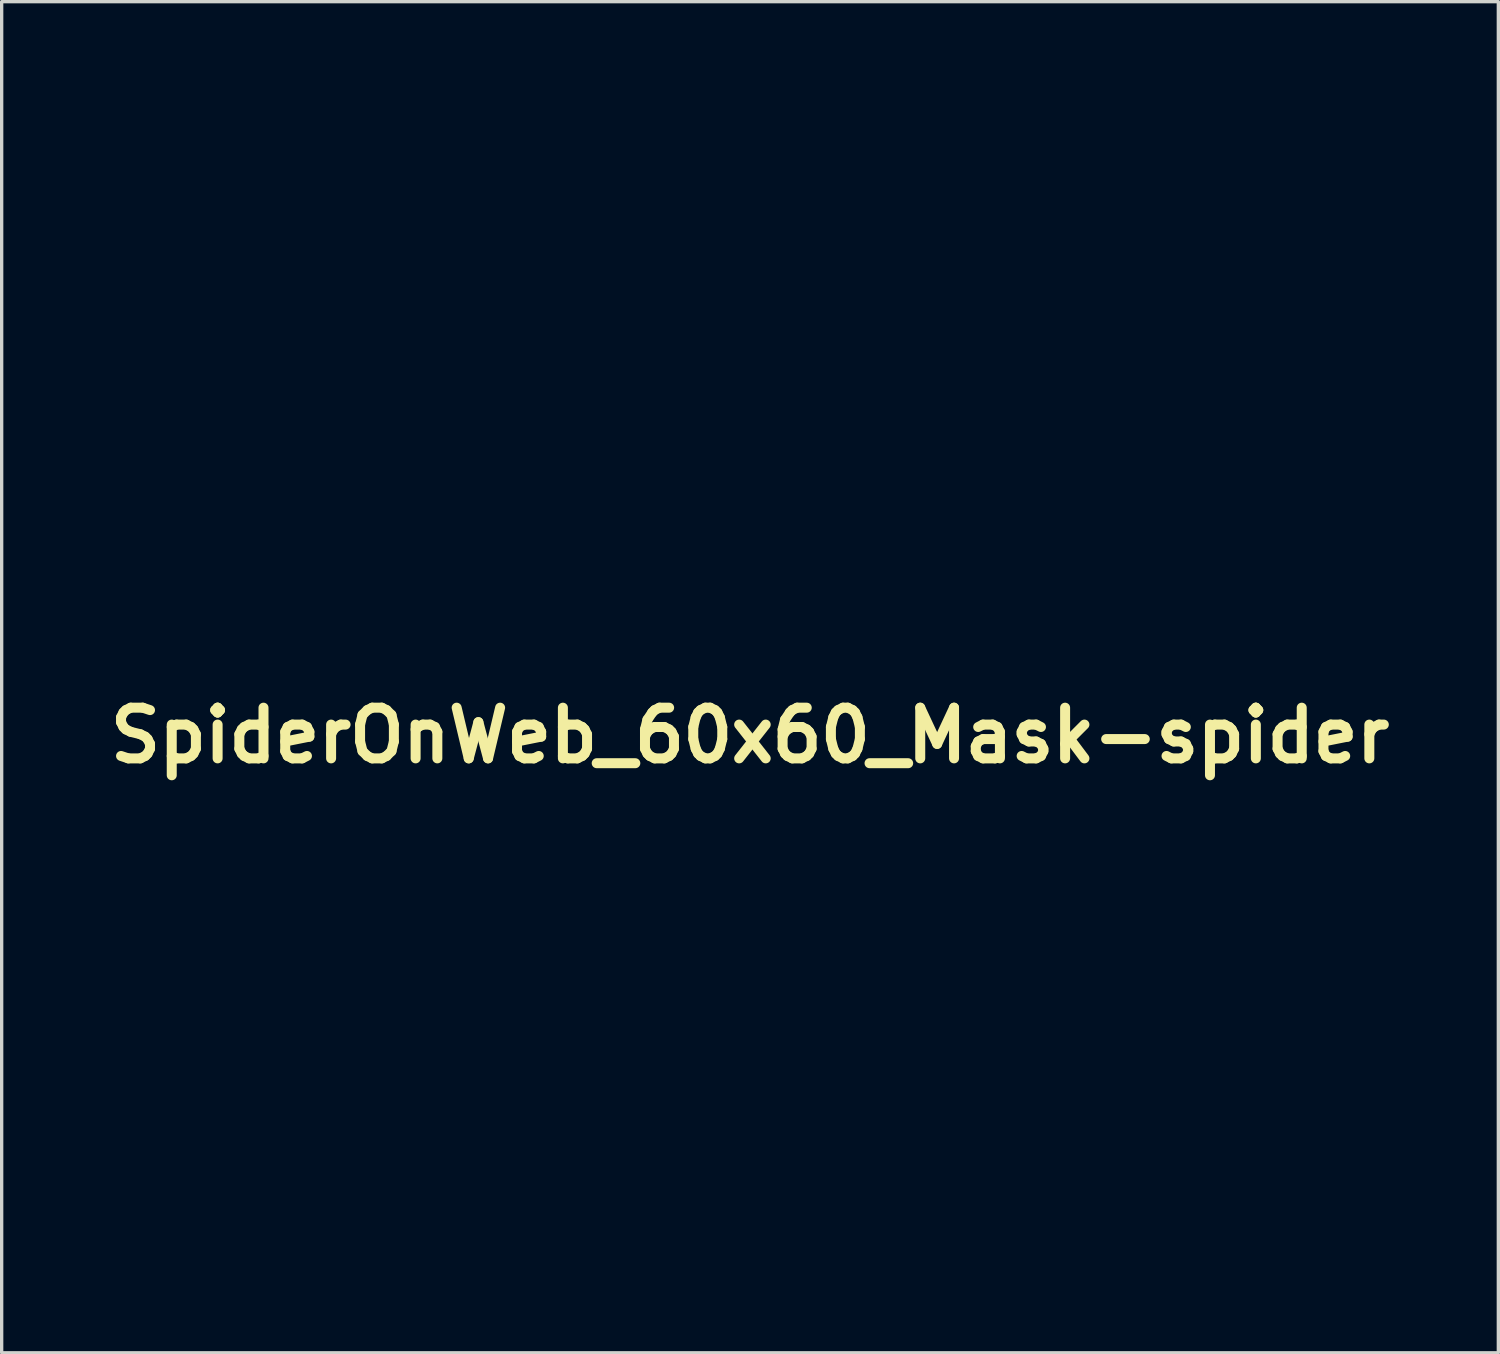
<source format=kicad_pcb>
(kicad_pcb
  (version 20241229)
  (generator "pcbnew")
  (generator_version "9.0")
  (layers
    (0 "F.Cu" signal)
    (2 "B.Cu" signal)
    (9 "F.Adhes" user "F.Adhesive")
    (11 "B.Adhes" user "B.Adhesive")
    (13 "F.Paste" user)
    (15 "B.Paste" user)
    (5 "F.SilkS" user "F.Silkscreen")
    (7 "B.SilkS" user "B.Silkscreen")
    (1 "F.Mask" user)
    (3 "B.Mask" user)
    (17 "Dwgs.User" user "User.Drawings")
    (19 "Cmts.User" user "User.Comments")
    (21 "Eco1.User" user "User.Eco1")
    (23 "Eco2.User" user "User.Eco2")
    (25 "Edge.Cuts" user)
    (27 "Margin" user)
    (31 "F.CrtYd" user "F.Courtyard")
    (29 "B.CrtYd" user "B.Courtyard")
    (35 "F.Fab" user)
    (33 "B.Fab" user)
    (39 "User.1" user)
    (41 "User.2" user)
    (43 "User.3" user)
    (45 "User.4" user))
  (footprint "SpiderOnWeb_60x60_Mask-spider"
    (layer "F.Cu")
    (at 19.493 19.055)
    (property "Reference" "SpiderOnWeb_60x60_Mask-spider" (at 0 0 0) (layer "F.SilkS") (effects (font (size 1.524 1.524) (thickness 0.3))))
    (attr through_hole)
    (fp_poly (pts (xy 0.51 -3.693) (xy 0.814 -3.663) (xy 0.957 -3.632) (xy 1.144 -3.522) (xy 1.249 -3.371) (xy 1.263 -3.221) (xy 1.177 -3.117) (xy 1.062 -3.094) (xy 0.928 -3.042) (xy 0.723 -2.906) (xy 0.506 -2.727) (xy 0.282 -2.541) (xy 0.093 -2.409) (xy -0.017 -2.361) (xy -0.141 -2.416) (xy -0.312 -2.555) (xy -0.371 -2.616) (xy -0.605 -2.815) (xy -0.887 -2.993) (xy -0.957 -3.027) (xy -1.21 -3.181) (xy -1.303 -3.334) (xy -1.237 -3.477) (xy -1.013 -3.599) (xy -0.855 -3.646) (xy -0.6 -3.684) (xy -0.251 -3.704) (xy 0.137 -3.707) (xy 0.51 -3.693)) (stroke (width 0.01) (type solid)) (fill yes) (layer "F.Mask"))
    (fp_poly (pts (xy -1.635 -5.419) (xy -1.493 -5.252) (xy -1.405 -5.072) (xy -1.264 -4.729) (xy -1.187 -4.508) (xy -1.171 -4.383) (xy -1.212 -4.327) (xy -1.3 -4.315) (xy -1.459 -4.366) (xy -1.517 -4.437) (xy -1.615 -4.549) (xy -1.733 -4.525) (xy -1.821 -4.376) (xy -1.864 -4.179) (xy -1.838 -4.092) (xy -1.727 -4.071) (xy -1.706 -4.071) (xy -1.621 -4.058) (xy -1.573 -3.997) (xy -1.555 -3.854) (xy -1.559 -3.594) (xy -1.564 -3.481) (xy -1.596 -3.12) (xy -1.662 -2.913) (xy -1.767 -2.854) (xy -1.916 -2.938) (xy -2.008 -3.03) (xy -2.207 -3.289) (xy -2.316 -3.559) (xy -2.358 -3.902) (xy -2.361 -4.056) (xy -2.332 -4.441) (xy -2.227 -4.782) (xy -2.133 -4.977) (xy -1.947 -5.283) (xy -1.783 -5.43) (xy -1.635 -5.419)) (stroke (width 0.01) (type solid)) (fill yes) (layer "F.Mask"))
    (fp_poly (pts (xy 1.779 -5.407) (xy 1.902 -5.289) (xy 2.139 -4.939) (xy 2.295 -4.5) (xy 2.358 -4.03) (xy 2.318 -3.59) (xy 2.274 -3.445) (xy 2.133 -3.181) (xy 1.946 -2.972) (xy 1.755 -2.858) (xy 1.695 -2.849) (xy 1.619 -2.868) (xy 1.574 -2.945) (xy 1.553 -3.115) (xy 1.547 -3.41) (xy 1.547 -3.46) (xy 1.551 -3.772) (xy 1.568 -3.955) (xy 1.608 -4.043) (xy 1.68 -4.07) (xy 1.71 -4.071) (xy 1.83 -4.086) (xy 1.865 -4.163) (xy 1.829 -4.344) (xy 1.821 -4.376) (xy 1.736 -4.533) (xy 1.616 -4.532) (xy 1.506 -4.424) (xy 1.363 -4.331) (xy 1.273 -4.34) (xy 1.202 -4.383) (xy 1.186 -4.464) (xy 1.23 -4.625) (xy 1.3 -4.816) (xy 1.413 -5.078) (xy 1.527 -5.288) (xy 1.586 -5.366) (xy 1.684 -5.437) (xy 1.779 -5.407)) (stroke (width 0.01) (type solid)) (fill yes) (layer "F.Mask"))
    (fp_poly (pts (xy -0.757 -2.747) (xy -0.433 -2.499) (xy -0.421 -2.488) (xy -0.212 -2.3) (xy -0.05 -2.166) (xy 0.03 -2.117) (xy 0.11 -2.171) (xy 0.266 -2.313) (xy 0.441 -2.489) (xy 0.655 -2.698) (xy 0.816 -2.806) (xy 0.97 -2.839) (xy 1.068 -2.835) (xy 1.264 -2.786) (xy 1.411 -2.658) (xy 1.523 -2.483) (xy 1.663 -2.098) (xy 1.71 -1.648) (xy 1.662 -1.204) (xy 1.569 -0.932) (xy 1.459 -0.741) (xy 1.348 -0.67) (xy 1.223 -0.677) (xy 1.033 -0.713) (xy 0.752 -0.767) (xy 0.509 -0.814) (xy 0.116 -0.869) (xy -0.239 -0.858) (xy -0.509 -0.814) (xy -0.818 -0.755) (xy -1.094 -0.702) (xy -1.242 -0.674) (xy -1.394 -0.666) (xy -1.493 -0.739) (xy -1.589 -0.928) (xy -1.596 -0.944) (xy -1.68 -1.271) (xy -1.705 -1.661) (xy -1.674 -2.056) (xy -1.591 -2.397) (xy -1.496 -2.582) (xy -1.278 -2.788) (xy -1.035 -2.843) (xy -0.757 -2.747)) (stroke (width 0.01) (type solid)) (fill yes) (layer "F.Mask"))
    (fp_poly (pts (xy 2.795 -1.522) (xy 3.1 -1.433) (xy 3.503 -1.292) (xy 4.021 -1.095) (xy 4.671 -0.839) (xy 4.731 -0.815) (xy 5.502 -0.51) (xy 6.144 -0.256) (xy 6.681 -0.044) (xy 7.135 0.135) (xy 7.529 0.288) (xy 7.885 0.427) (xy 8.228 0.558) (xy 8.578 0.692) (xy 8.96 0.837) (xy 9.118 0.897) (xy 9.605 1.081) (xy 10.125 1.28) (xy 10.617 1.47) (xy 11.02 1.626) (xy 11.031 1.63) (xy 11.39 1.77) (xy 11.853 1.951) (xy 12.375 2.154) (xy 12.909 2.362) (xy 13.229 2.486) (xy 14.132 2.839) (xy 14.884 3.137) (xy 15.489 3.381) (xy 15.95 3.573) (xy 16.269 3.714) (xy 16.449 3.805) (xy 16.493 3.838) (xy 16.467 3.893) (xy 16.317 3.906) (xy 16.076 3.882) (xy 15.776 3.824) (xy 15.468 3.739) (xy 15.168 3.65) (xy 14.843 3.563) (xy 14.464 3.475) (xy 14.006 3.377) (xy 13.441 3.265) (xy 12.743 3.131) (xy 12.741 3.131) (xy 12.033 2.989) (xy 11.392 2.841) (xy 10.831 2.694) (xy 10.367 2.551) (xy 10.014 2.417) (xy 9.788 2.298) (xy 9.705 2.198) (xy 9.707 2.179) (xy 9.804 2.1) (xy 9.991 2.051) (xy 9.999 2.05) (xy 10.19 1.994) (xy 10.246 1.891) (xy 10.181 1.764) (xy 10.01 1.634) (xy 9.746 1.524) (xy 9.659 1.501) (xy 9.471 1.486) (xy 9.313 1.574) (xy 9.228 1.659) (xy 9.028 1.875) (xy 8.442 1.562) (xy 7.761 1.215) (xy 6.972 0.842) (xy 6.124 0.463) (xy 5.264 0.101) (xy 4.6 -0.163) (xy 3.991 -0.395) (xy 3.531 -0.564) (xy 3.217 -0.667) (xy 3.047 -0.704) (xy 3.018 -0.672) (xy 3.129 -0.569) (xy 3.376 -0.394) (xy 3.757 -0.144) (xy 4.214 0.147) (xy 4.698 0.454) (xy 5.228 0.793) (xy 5.784 1.15) (xy 6.345 1.511) (xy 6.889 1.863) (xy 7.396 2.193) (xy 7.845 2.487) (xy 8.215 2.731) (xy 8.486 2.912) (xy 8.615 3.001) (xy 8.884 3.194) (xy 8.716 3.373) (xy 8.595 3.534) (xy 8.548 3.656) (xy 8.613 3.844) (xy 8.777 4.06) (xy 9 4.255) (xy 9.156 4.349) (xy 9.407 4.435) (xy 9.591 4.414) (xy 9.722 4.271) (xy 9.81 3.994) (xy 9.867 3.568) (xy 9.87 3.542) (xy 9.93 3.343) (xy 10.027 3.273) (xy 10.118 3.333) (xy 10.187 3.548) (xy 10.232 3.911) (xy 10.252 4.417) (xy 10.248 5.058) (xy 10.234 5.492) (xy 10.108 6.88) (xy 9.839 8.294) (xy 9.425 9.74) (xy 8.864 11.222) (xy 8.154 12.748) (xy 7.294 14.324) (xy 7.183 14.511) (xy 6.905 14.967) (xy 6.691 15.286) (xy 6.534 15.476) (xy 6.429 15.548) (xy 6.418 15.549) (xy 6.293 15.511) (xy 6.269 15.465) (xy 6.302 15.37) (xy 6.398 15.151) (xy 6.544 14.827) (xy 6.732 14.421) (xy 6.953 13.953) (xy 7.115 13.613) (xy 7.511 12.777) (xy 7.84 12.057) (xy 8.112 11.426) (xy 8.34 10.857) (xy 8.532 10.322) (xy 8.699 9.794) (xy 8.853 9.246) (xy 8.968 8.792) (xy 9.015 8.503) (xy 9.051 8.093) (xy 9.072 7.604) (xy 9.076 7.246) (xy 9.071 6.753) (xy 9.053 6.377) (xy 9.018 6.074) (xy 8.959 5.796) (xy 8.885 5.537) (xy 8.747 5.121) (xy 8.611 4.792) (xy 8.45 4.51) (xy 8.24 4.235) (xy 7.954 3.928) (xy 7.641 3.62) (xy 7.27 3.283) (xy 6.798 2.884) (xy 6.251 2.444) (xy 5.659 1.985) (xy 5.049 1.528) (xy 4.449 1.094) (xy 3.889 0.704) (xy 3.396 0.379) (xy 3.006 0.145) (xy 2.535 -0.157) (xy 2.222 -0.453) (xy 2.063 -0.752) (xy 2.053 -1.06) (xy 2.138 -1.296) (xy 2.211 -1.42) (xy 2.296 -1.508) (xy 2.41 -1.557) (xy 2.571 -1.563) (xy 2.795 -1.522)) (stroke (width 0.01) (type solid)) (fill yes) (layer "F.Mask"))
    (fp_poly (pts (xy 4.662 -18.994) (xy 4.812 -18.871) (xy 4.983 -18.71) (xy 5.551 -18.093) (xy 6.108 -17.368) (xy 6.662 -16.524) (xy 7.221 -15.549) (xy 7.79 -14.432) (xy 8.175 -13.61) (xy 8.678 -12.421) (xy 9.06 -11.319) (xy 9.325 -10.287) (xy 9.478 -9.308) (xy 9.524 -8.413) (xy 9.512 -7.946) (xy 9.482 -7.602) (xy 9.437 -7.386) (xy 9.38 -7.307) (xy 9.315 -7.373) (xy 9.246 -7.589) (xy 9.21 -7.76) (xy 9.118 -8.102) (xy 8.987 -8.303) (xy 8.804 -8.382) (xy 8.748 -8.385) (xy 8.526 -8.319) (xy 8.286 -8.147) (xy 8.078 -7.913) (xy 7.979 -7.737) (xy 7.92 -7.509) (xy 7.941 -7.345) (xy 8.034 -7.282) (xy 8.089 -7.293) (xy 8.227 -7.278) (xy 8.269 -7.236) (xy 8.25 -7.116) (xy 8.097 -6.932) (xy 8.013 -6.855) (xy 7.746 -6.627) (xy 7.398 -6.336) (xy 7.004 -6.012) (xy 6.599 -5.682) (xy 6.217 -5.375) (xy 5.895 -5.121) (xy 5.693 -4.966) (xy 5.406 -4.747) (xy 5.066 -4.481) (xy 4.696 -4.185) (xy 4.316 -3.877) (xy 3.947 -3.574) (xy 3.613 -3.295) (xy 3.333 -3.056) (xy 3.129 -2.876) (xy 3.023 -2.773) (xy 3.012 -2.756) (xy 3.079 -2.739) (xy 3.268 -2.797) (xy 3.563 -2.921) (xy 3.945 -3.101) (xy 4.398 -3.329) (xy 4.905 -3.596) (xy 5.448 -3.892) (xy 6.011 -4.208) (xy 6.576 -4.536) (xy 7.126 -4.867) (xy 7.643 -5.19) (xy 7.758 -5.264) (xy 8.077 -5.467) (xy 8.347 -5.632) (xy 8.539 -5.743) (xy 8.621 -5.78) (xy 8.718 -5.726) (xy 8.833 -5.617) (xy 8.998 -5.487) (xy 9.18 -5.473) (xy 9.416 -5.577) (xy 9.547 -5.661) (xy 9.769 -5.844) (xy 9.846 -5.985) (xy 9.776 -6.075) (xy 9.571 -6.106) (xy 9.342 -6.132) (xy 9.237 -6.203) (xy 9.274 -6.303) (xy 9.302 -6.327) (xy 9.499 -6.442) (xy 9.828 -6.592) (xy 10.266 -6.77) (xy 10.789 -6.967) (xy 11.371 -7.174) (xy 11.99 -7.384) (xy 12.62 -7.587) (xy 13.239 -7.774) (xy 13.821 -7.939) (xy 14.002 -7.987) (xy 14.386 -8.086) (xy 14.723 -8.174) (xy 14.976 -8.241) (xy 15.102 -8.275) (xy 15.222 -8.295) (xy 15.196 -8.246) (xy 15.025 -8.127) (xy 14.708 -7.939) (xy 14.244 -7.681) (xy 13.633 -7.354) (xy 13.229 -7.141) (xy 12.596 -6.809) (xy 12.08 -6.538) (xy 11.651 -6.315) (xy 11.282 -6.123) (xy 10.945 -5.951) (xy 10.611 -5.782) (xy 10.253 -5.602) (xy 9.843 -5.398) (xy 9.351 -5.154) (xy 8.996 -4.978) (xy 8.488 -4.723) (xy 7.873 -4.411) (xy 7.189 -4.059) (xy 6.473 -3.689) (xy 5.762 -3.317) (xy 5.093 -2.964) (xy 5.048 -2.94) (xy 4.478 -2.641) (xy 3.948 -2.367) (xy 3.477 -2.13) (xy 3.082 -1.937) (xy 2.784 -1.797) (xy 2.6 -1.721) (xy 2.554 -1.71) (xy 2.359 -1.762) (xy 2.216 -1.852) (xy 2.075 -2.04) (xy 1.951 -2.308) (xy 1.879 -2.573) (xy 1.872 -2.652) (xy 1.936 -2.752) (xy 2.12 -2.939) (xy 2.412 -3.204) (xy 2.803 -3.537) (xy 3.28 -3.928) (xy 3.833 -4.368) (xy 4.233 -4.681) (xy 4.679 -5.042) (xy 5.156 -5.456) (xy 5.639 -5.898) (xy 6.104 -6.345) (xy 6.527 -6.773) (xy 6.881 -7.158) (xy 7.144 -7.475) (xy 7.222 -7.584) (xy 7.471 -7.999) (xy 7.715 -8.476) (xy 7.923 -8.952) (xy 8.066 -9.361) (xy 8.067 -9.362) (xy 8.113 -9.612) (xy 8.149 -9.962) (xy 8.167 -10.353) (xy 8.169 -10.502) (xy 8.13 -11.183) (xy 8.008 -11.9) (xy 7.801 -12.664) (xy 7.502 -13.488) (xy 7.108 -14.383) (xy 6.613 -15.364) (xy 6.012 -16.441) (xy 5.568 -17.189) (xy 5.307 -17.629) (xy 5.069 -18.046) (xy 4.866 -18.417) (xy 4.711 -18.72) (xy 4.615 -18.93) (xy 4.59 -19.026) (xy 4.592 -19.028) (xy 4.662 -18.994)) (stroke (width 0.01) (type solid)) (fill yes) (layer "F.Mask"))
    (fp_poly (pts (xy -2.533 -1.56) (xy -2.455 -1.539) (xy -2.23 -1.379) (xy -2.085 -1.099) (xy -2.037 -0.741) (xy -2.048 -0.587) (xy -2.096 -0.463) (xy -2.208 -0.343) (xy -2.409 -0.198) (xy -2.725 -0.000351) (xy -2.727 0.001) (xy -3.791 0.664) (xy -4.722 1.275) (xy -5.537 1.848) (xy -6.252 2.394) (xy -6.885 2.927) (xy -7.452 3.457) (xy -7.531 3.536) (xy -8.014 4.036) (xy -8.385 4.464) (xy -8.66 4.856) (xy -8.852 5.244) (xy -8.975 5.662) (xy -9.044 6.142) (xy -9.073 6.719) (xy -9.077 7.164) (xy -9.07 7.633) (xy -9.047 8.069) (xy -9.004 8.489) (xy -8.934 8.911) (xy -8.832 9.351) (xy -8.693 9.828) (xy -8.513 10.357) (xy -8.285 10.956) (xy -8.005 11.643) (xy -7.667 12.434) (xy -7.267 13.346) (xy -7.053 13.828) (xy -6.844 14.3) (xy -6.66 14.721) (xy -6.51 15.071) (xy -6.405 15.325) (xy -6.354 15.462) (xy -6.35 15.477) (xy -6.401 15.55) (xy -6.526 15.523) (xy -6.687 15.41) (xy -6.771 15.322) (xy -6.884 15.155) (xy -7.053 14.865) (xy -7.265 14.477) (xy -7.507 14.013) (xy -7.769 13.499) (xy -8.037 12.96) (xy -8.299 12.419) (xy -8.544 11.902) (xy -8.758 11.433) (xy -8.93 11.035) (xy -8.981 10.909) (xy -9.376 9.857) (xy -9.686 8.9) (xy -9.918 8.001) (xy -10.082 7.124) (xy -10.185 6.23) (xy -10.232 5.408) (xy -10.25 4.688) (xy -10.248 4.122) (xy -10.224 3.704) (xy -10.18 3.427) (xy -10.113 3.282) (xy -10.058 3.256) (xy -9.935 3.327) (xy -9.867 3.542) (xy -9.851 3.824) (xy -9.803 4.132) (xy -9.675 4.348) (xy -9.487 4.446) (xy -9.36 4.438) (xy -9.155 4.362) (xy -8.968 4.226) (xy -8.752 3.996) (xy -8.693 3.926) (xy -8.542 3.685) (xy -8.539 3.511) (xy -8.683 3.404) (xy -8.717 3.394) (xy -8.852 3.309) (xy -8.845 3.18) (xy -8.7 3.032) (xy -8.649 3) (xy -8.516 2.916) (xy -8.271 2.759) (xy -7.936 2.543) (xy -7.534 2.283) (xy -7.091 1.995) (xy -6.92 1.884) (xy -6.383 1.534) (xy -5.801 1.157) (xy -5.22 0.781) (xy -4.685 0.436) (xy -4.253 0.157) (xy -3.761 -0.161) (xy -3.402 -0.403) (xy -3.167 -0.572) (xy -3.05 -0.675) (xy -3.044 -0.718) (xy -3.141 -0.706) (xy -3.185 -0.694) (xy -3.446 -0.606) (xy -3.828 -0.464) (xy -4.302 -0.277) (xy -4.84 -0.059) (xy -5.415 0.179) (xy -5.999 0.426) (xy -6.563 0.669) (xy -7.079 0.898) (xy -7.52 1.1) (xy -7.715 1.194) (xy -8.225 1.437) (xy -8.61 1.606) (xy -8.891 1.706) (xy -9.085 1.74) (xy -9.212 1.714) (xy -9.29 1.632) (xy -9.311 1.584) (xy -9.427 1.482) (xy -9.632 1.484) (xy -9.896 1.587) (xy -10.035 1.672) (xy -10.257 1.846) (xy -10.327 1.963) (xy -10.245 2.025) (xy -10.115 2.037) (xy -9.889 2.066) (xy -9.74 2.138) (xy -9.703 2.231) (xy -9.729 2.27) (xy -9.84 2.326) (xy -10.077 2.413) (xy -10.408 2.521) (xy -10.801 2.642) (xy -11.224 2.764) (xy -11.645 2.879) (xy -12.033 2.976) (xy -12.049 2.98) (xy -12.522 3.087) (xy -13.046 3.201) (xy -13.597 3.316) (xy -14.153 3.428) (xy -14.689 3.533) (xy -15.183 3.626) (xy -15.612 3.702) (xy -15.95 3.757) (xy -16.176 3.787) (xy -16.266 3.788) (xy -16.215 3.735) (xy -16.011 3.627) (xy -15.654 3.466) (xy -15.143 3.249) (xy -14.48 2.979) (xy -13.664 2.654) (xy -12.696 2.275) (xy -11.575 1.843) (xy -10.302 1.356) (xy -10.054 1.261) (xy -8.862 0.806) (xy -7.703 0.36) (xy -6.606 -0.067) (xy -5.594 -0.463) (xy -4.694 -0.82) (xy -4.22 -1.011) (xy -3.695 -1.221) (xy -3.297 -1.375) (xy -3.005 -1.479) (xy -2.795 -1.54) (xy -2.645 -1.565) (xy -2.533 -1.56)) (stroke (width 0.01) (type solid)) (fill yes) (layer "F.Mask"))
    (fp_poly (pts (xy 0.473 -0.589) (xy 1.148 -0.406) (xy 1.791 -0.105) (xy 2.37 0.292) (xy 2.853 0.764) (xy 3.209 1.289) (xy 3.218 1.307) (xy 3.312 1.5) (xy 3.373 1.665) (xy 3.406 1.842) (xy 3.417 2.071) (xy 3.41 2.392) (xy 3.396 2.725) (xy 3.345 3.393) (xy 3.258 3.997) (xy 3.179 4.355) (xy 2.983 4.962) (xy 2.725 5.575) (xy 2.421 6.169) (xy 2.087 6.717) (xy 1.738 7.196) (xy 1.393 7.578) (xy 1.065 7.838) (xy 0.948 7.9) (xy 0.453 8.051) (xy -0.071 8.097) (xy -0.556 8.033) (xy -0.57 8.029) (xy -0.905 7.92) (xy -1.156 7.793) (xy -1.38 7.612) (xy -1.637 7.337) (xy -1.646 7.327) (xy -2.222 6.552) (xy -2.699 5.673) (xy -3.065 4.721) (xy -3.307 3.728) (xy -3.415 2.727) (xy -3.419 2.503) (xy -2.15 2.503) (xy -2.127 2.583) (xy -2.023 2.746) (xy -1.92 2.88) (xy -1.62 3.318) (xy -1.319 3.884) (xy -1.036 4.545) (xy -0.952 4.773) (xy -0.776 5.237) (xy -0.59 5.686) (xy -0.406 6.094) (xy -0.235 6.436) (xy -0.091 6.687) (xy 0.015 6.822) (xy 0.048 6.838) (xy 0.1 6.77) (xy 0.197 6.591) (xy 0.317 6.338) (xy 0.321 6.33) (xy 0.448 6.03) (xy 0.604 5.637) (xy 0.764 5.212) (xy 0.853 4.966) (xy 1.142 4.221) (xy 1.44 3.608) (xy 1.762 3.095) (xy 1.936 2.868) (xy 2.087 2.672) (xy 2.176 2.531) (xy 2.188 2.487) (xy 2.097 2.483) (xy 1.9 2.511) (xy 1.765 2.537) (xy 1.401 2.59) (xy 1.153 2.558) (xy 0.99 2.428) (xy 0.883 2.19) (xy 0.827 1.923) (xy 0.85 1.686) (xy 0.901 1.52) (xy 1.055 1.229) (xy 1.258 1.091) (xy 1.505 1.109) (xy 1.7 1.214) (xy 1.954 1.395) (xy 1.954 1.216) (xy 1.891 1.03) (xy 1.727 0.828) (xy 1.498 0.635) (xy 1.243 0.475) (xy 0.997 0.373) (xy 0.798 0.353) (xy 0.713 0.394) (xy 0.632 0.559) (xy 0.568 0.862) (xy 0.521 1.281) (xy 0.497 1.792) (xy 0.494 1.995) (xy 0.497 2.444) (xy 0.514 2.753) (xy 0.554 2.945) (xy 0.625 3.044) (xy 0.736 3.071) (xy 0.867 3.056) (xy 1.093 3.049) (xy 1.187 3.138) (xy 1.149 3.323) (xy 1.023 3.541) (xy 0.874 3.81) (xy 0.739 4.133) (xy 0.696 4.263) (xy 0.611 4.559) (xy 0.505 4.93) (xy 0.402 5.292) (xy 0.271 5.712) (xy 0.156 5.978) (xy 0.049 6.094) (xy -0.059 6.068) (xy -0.174 5.904) (xy -0.243 5.76) (xy -0.335 5.515) (xy -0.444 5.175) (xy -0.548 4.806) (xy -0.57 4.722) (xy -0.683 4.335) (xy -0.823 3.946) (xy -0.961 3.629) (xy -0.983 3.588) (xy -1.109 3.345) (xy -1.195 3.157) (xy -1.221 3.078) (xy -1.149 3.04) (xy -0.967 3.028) (xy -0.875 3.031) (xy -0.529 3.053) (xy -0.502 2.687) (xy -0.496 2.445) (xy -0.501 2.097) (xy -0.517 1.7) (xy -0.531 1.477) (xy -0.583 0.97) (xy -0.668 0.617) (xy -0.794 0.411) (xy -0.968 0.345) (xy -1.199 0.414) (xy -1.495 0.609) (xy -1.533 0.639) (xy -1.748 0.84) (xy -1.917 1.051) (xy -2.013 1.235) (xy -2.012 1.352) (xy -2.008 1.357) (xy -1.908 1.356) (xy -1.72 1.287) (xy -1.583 1.219) (xy -1.339 1.102) (xy -1.179 1.073) (xy -1.078 1.108) (xy -0.974 1.259) (xy -0.914 1.531) (xy -0.901 1.888) (xy -0.935 2.259) (xy -0.978 2.476) (xy -1.045 2.576) (xy -1.177 2.603) (xy -1.246 2.603) (xy -1.511 2.582) (xy -1.795 2.534) (xy -1.807 2.531) (xy -2.012 2.496) (xy -2.138 2.497) (xy -2.15 2.503) (xy -3.419 2.503) (xy -3.419 2.486) (xy -3.395 1.942) (xy -3.307 1.508) (xy -3.137 1.133) (xy -2.865 0.768) (xy -2.6 0.491) (xy -2.047 0.044) (xy -1.426 -0.299) (xy -0.768 -0.525) (xy -0.108 -0.623) (xy 0.473 -0.589)) (stroke (width 0.01) (type solid)) (fill yes) (layer "F.Mask"))
    (fp_poly (pts (xy -4.606 -19.015) (xy -4.638 -18.902) (xy -4.73 -18.702) (xy -4.887 -18.403) (xy -5.114 -17.996) (xy -5.417 -17.469) (xy -5.72 -16.951) (xy -6.239 -16.056) (xy -6.675 -15.273) (xy -7.037 -14.584) (xy -7.333 -13.965) (xy -7.573 -13.395) (xy -7.765 -12.855) (xy -7.918 -12.323) (xy -8.042 -11.776) (xy -8.144 -11.196) (xy -8.149 -11.167) (xy -8.207 -10.365) (xy -8.12 -9.597) (xy -7.883 -8.831) (xy -7.749 -8.525) (xy -7.528 -8.094) (xy -7.274 -7.681) (xy -6.975 -7.269) (xy -6.617 -6.847) (xy -6.187 -6.4) (xy -5.673 -5.915) (xy -5.06 -5.377) (xy -4.337 -4.773) (xy -3.656 -4.223) (xy -3.214 -3.868) (xy -2.811 -3.54) (xy -2.465 -3.255) (xy -2.195 -3.029) (xy -2.019 -2.876) (xy -1.962 -2.82) (xy -1.897 -2.625) (xy -1.931 -2.371) (xy -2.042 -2.107) (xy -2.205 -1.879) (xy -2.397 -1.735) (xy -2.513 -1.71) (xy -2.638 -1.744) (xy -2.878 -1.84) (xy -3.202 -1.983) (xy -3.579 -2.16) (xy -3.723 -2.231) (xy -4.206 -2.475) (xy -4.765 -2.765) (xy -5.333 -3.068) (xy -5.847 -3.349) (xy -5.903 -3.38) (xy -6.268 -3.579) (xy -6.749 -3.833) (xy -7.316 -4.127) (xy -7.94 -4.446) (xy -8.591 -4.774) (xy -9.238 -5.096) (xy -9.395 -5.173) (xy -10.026 -5.486) (xy -10.66 -5.804) (xy -11.268 -6.113) (xy -11.823 -6.399) (xy -12.296 -6.647) (xy -12.658 -6.842) (xy -12.741 -6.888) (xy -13.211 -7.142) (xy -13.739 -7.409) (xy -14.257 -7.656) (xy -14.643 -7.826) (xy -15.001 -7.978) (xy -15.303 -8.11) (xy -15.516 -8.208) (xy -15.612 -8.258) (xy -15.613 -8.259) (xy -15.567 -8.284) (xy -15.4 -8.301) (xy -15.251 -8.304) (xy -14.999 -8.278) (xy -14.64 -8.206) (xy -14.193 -8.094) (xy -13.679 -7.95) (xy -13.118 -7.779) (xy -12.53 -7.59) (xy -11.935 -7.389) (xy -11.353 -7.184) (xy -10.804 -6.98) (xy -10.308 -6.785) (xy -9.885 -6.607) (xy -9.556 -6.451) (xy -9.341 -6.325) (xy -9.258 -6.236) (xy -9.259 -6.227) (xy -9.344 -6.167) (xy -9.528 -6.125) (xy -9.564 -6.121) (xy -9.759 -6.078) (xy -9.849 -6.004) (xy -9.851 -5.993) (xy -9.781 -5.835) (xy -9.604 -5.672) (xy -9.37 -5.54) (xy -9.181 -5.483) (xy -8.967 -5.471) (xy -8.83 -5.543) (xy -8.762 -5.628) (xy -8.652 -5.756) (xy -8.548 -5.76) (xy -8.446 -5.702) (xy -7.767 -5.275) (xy -7.06 -4.844) (xy -6.346 -4.422) (xy -5.647 -4.019) (xy -4.984 -3.649) (xy -4.379 -3.324) (xy -3.854 -3.056) (xy -3.43 -2.856) (xy -3.23 -2.773) (xy -3.105 -2.73) (xy -3.034 -2.719) (xy -3.025 -2.748) (xy -3.087 -2.825) (xy -3.23 -2.96) (xy -3.462 -3.159) (xy -3.792 -3.432) (xy -4.23 -3.787) (xy -4.784 -4.232) (xy -4.966 -4.378) (xy -5.445 -4.762) (xy -5.919 -5.144) (xy -6.362 -5.503) (xy -6.747 -5.816) (xy -7.046 -6.062) (xy -7.164 -6.16) (xy -7.463 -6.409) (xy -7.746 -6.644) (xy -7.969 -6.828) (xy -8.039 -6.885) (xy -8.238 -7.07) (xy -8.298 -7.192) (xy -8.217 -7.244) (xy -8.185 -7.246) (xy -8.035 -7.312) (xy -7.966 -7.483) (xy -7.993 -7.714) (xy -8.016 -7.776) (xy -8.218 -8.104) (xy -8.479 -8.309) (xy -8.773 -8.373) (xy -8.802 -8.371) (xy -8.966 -8.337) (xy -9.076 -8.253) (xy -9.152 -8.085) (xy -9.214 -7.802) (xy -9.241 -7.632) (xy -9.308 -7.403) (xy -9.417 -7.327) (xy -9.418 -7.327) (xy -9.468 -7.342) (xy -9.501 -7.405) (xy -9.519 -7.537) (xy -9.524 -7.762) (xy -9.516 -8.104) (xy -9.5 -8.568) (xy -9.459 -9.306) (xy -9.391 -9.941) (xy -9.287 -10.531) (xy -9.135 -11.135) (xy -8.925 -11.812) (xy -8.9 -11.886) (xy -8.693 -12.445) (xy -8.424 -13.077) (xy -8.106 -13.762) (xy -7.749 -14.479) (xy -7.366 -15.206) (xy -6.969 -15.923) (xy -6.569 -16.608) (xy -6.179 -17.241) (xy -5.809 -17.8) (xy -5.473 -18.265) (xy -5.181 -18.614) (xy -5.027 -18.764) (xy -4.829 -18.923) (xy -4.679 -19.027) (xy -4.627 -19.05) (xy -4.606 -19.015)) (stroke (width 0.01) (type solid)) (fill yes) (layer "F.Mask")))
  (gr_rect
    (start -3 -3)
    (end 41.985 37.61)
    (stroke (width 0.1) (type default))
    (fill no)
    (layer "Edge.Cuts")))
</source>
